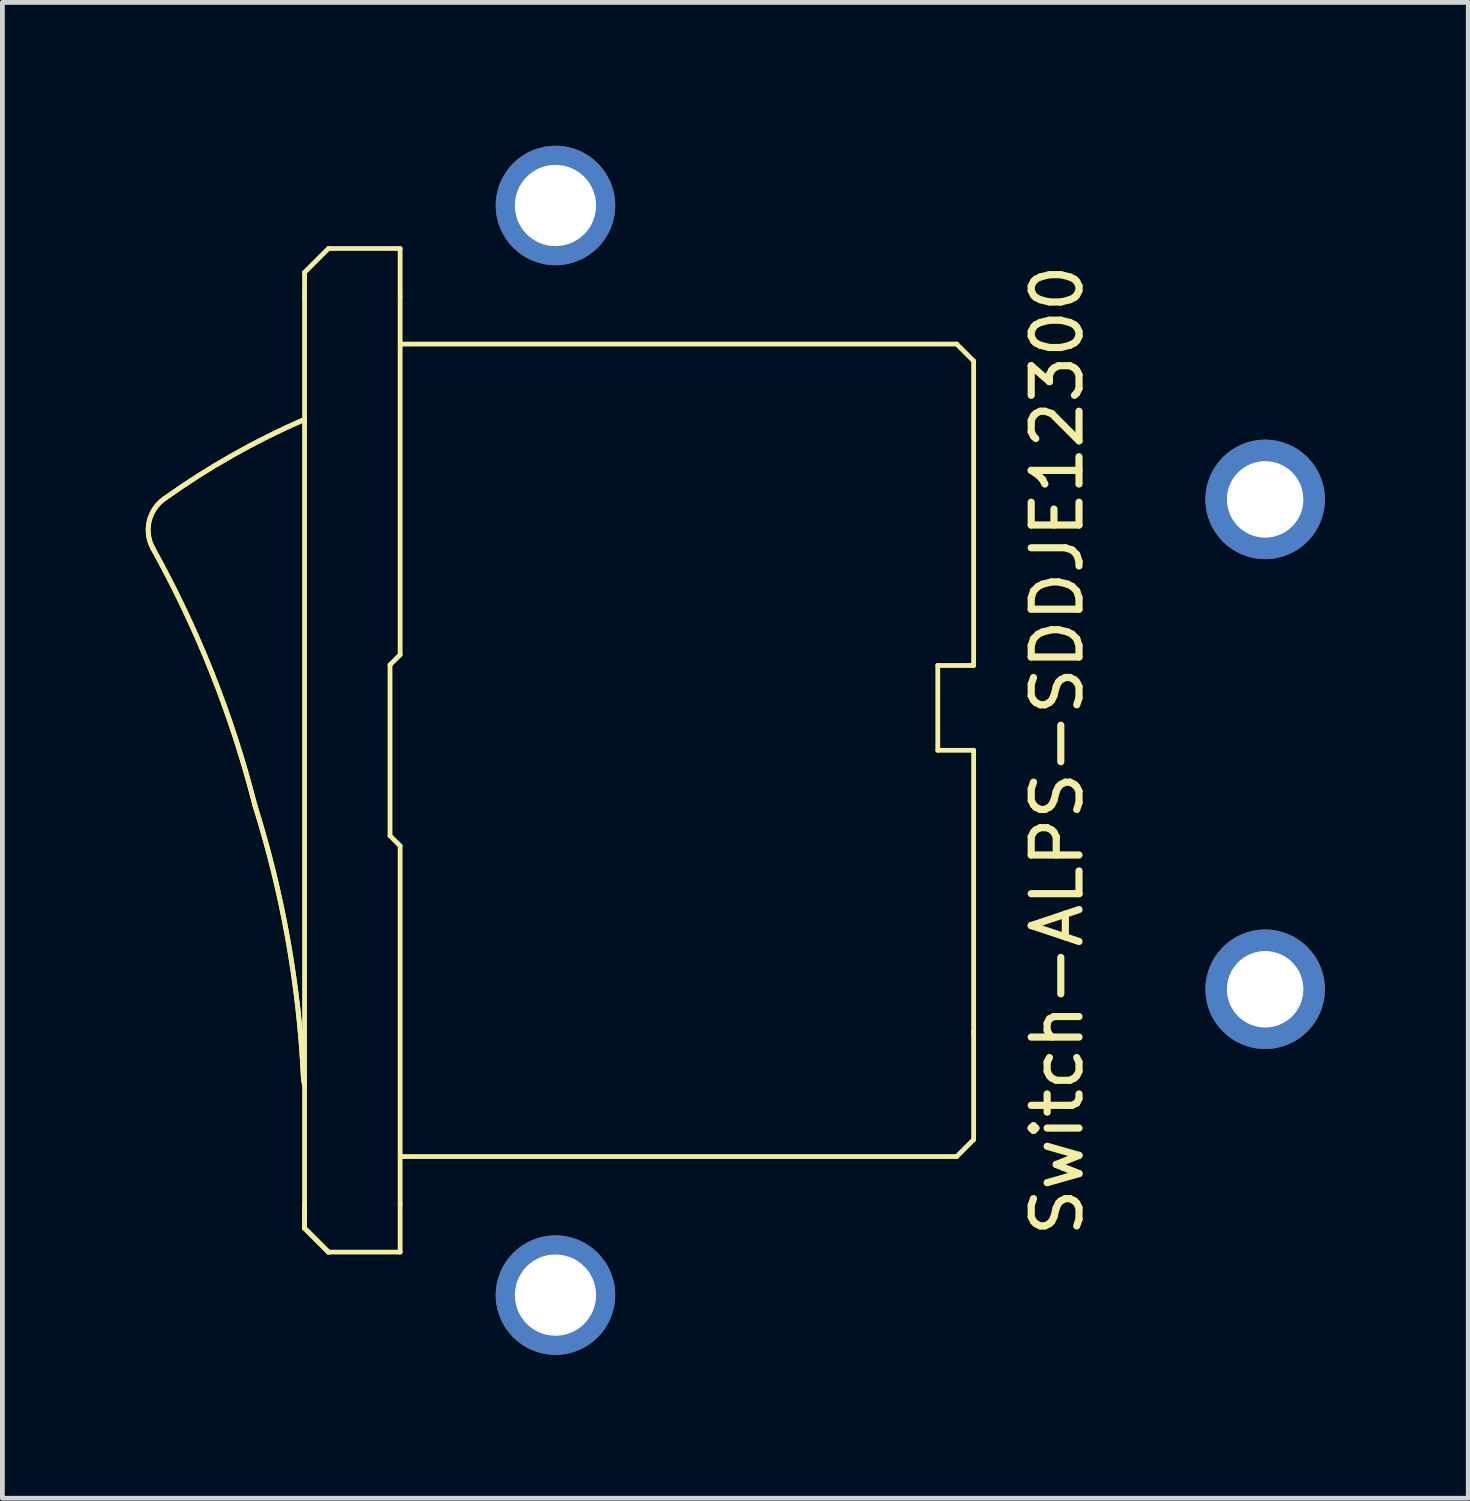
<source format=kicad_pcb>
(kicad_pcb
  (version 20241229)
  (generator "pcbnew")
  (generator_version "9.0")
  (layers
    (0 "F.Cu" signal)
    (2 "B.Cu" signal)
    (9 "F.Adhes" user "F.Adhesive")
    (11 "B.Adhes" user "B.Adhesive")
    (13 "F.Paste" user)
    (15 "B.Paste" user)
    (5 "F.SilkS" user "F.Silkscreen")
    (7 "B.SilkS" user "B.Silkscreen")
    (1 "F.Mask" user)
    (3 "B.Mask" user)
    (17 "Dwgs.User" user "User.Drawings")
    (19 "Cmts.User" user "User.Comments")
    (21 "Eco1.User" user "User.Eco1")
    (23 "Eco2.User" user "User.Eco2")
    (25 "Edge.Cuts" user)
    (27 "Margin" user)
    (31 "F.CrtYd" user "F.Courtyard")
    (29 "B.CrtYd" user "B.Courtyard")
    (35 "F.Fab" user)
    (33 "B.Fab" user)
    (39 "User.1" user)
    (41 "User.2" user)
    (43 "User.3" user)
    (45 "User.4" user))
  (footprint "Switch-ALPS-SDDJE12300"
    (layer "F.Cu")
    (at 16.573 12.65)
    (property "Reference" "Switch-ALPS-SDDJE12300" (at 2.5 0 90) (layer "F.SilkS") (effects (font (size 1 1) (thickness 0.15))))
    (attr through_hole)
    (fp_line (start -13.276 6.839) (end -13.25 6.838) (stroke (width 0.1) (type solid)) (layer "F.SilkS"))
    (fp_line (start -13.25 -10) (end -13.25 -9.5) (stroke (width 0.1) (type solid)) (layer "F.SilkS"))
    (fp_line (start -13.25 -9.5) (end -13.25 9.5) (stroke (width 0.1) (type solid)) (layer "F.SilkS"))
    (fp_line (start -13.25 9.5) (end -13.25 10) (stroke (width 0.1) (type solid)) (layer "F.SilkS"))
    (fp_line (start -13.25 10) (end -13.25 9.5) (stroke (width 0.1) (type solid)) (layer "F.SilkS"))
    (fp_line (start -12.75 -10.5) (end -13.25 -10) (stroke (width 0.1) (type solid)) (layer "F.SilkS"))
    (fp_line (start -12.75 10.5) (end -13.25 10) (stroke (width 0.1) (type solid)) (layer "F.SilkS"))
    (fp_line (start -12.75 10.5) (end -13.25 10) (stroke (width 0.1) (type solid)) (layer "F.SilkS"))
    (fp_line (start -11.462 -1.788) (end -11.25 -2) (stroke (width 0.1) (type solid)) (layer "F.SilkS"))
    (fp_line (start -11.462 1.788) (end -11.462 -1.788) (stroke (width 0.1) (type solid)) (layer "F.SilkS"))
    (fp_line (start -11.25 -10.5) (end -12.75 -10.5) (stroke (width 0.1) (type solid)) (layer "F.SilkS"))
    (fp_line (start -11.25 -10.5) (end -11.25 -9.5) (stroke (width 0.1) (type solid)) (layer "F.SilkS"))
    (fp_line (start -11.25 -9.5) (end -11.25 -2) (stroke (width 0.1) (type solid)) (layer "F.SilkS"))
    (fp_line (start -11.25 -8.5) (end 0.396 -8.5) (stroke (width 0.1) (type solid)) (layer "F.SilkS"))
    (fp_line (start -11.25 2) (end -11.462 1.788) (stroke (width 0.1) (type solid)) (layer "F.SilkS"))
    (fp_line (start -11.25 2) (end -11.25 9.5) (stroke (width 0.1) (type solid)) (layer "F.SilkS"))
    (fp_line (start -11.25 9.5) (end -11.25 10.5) (stroke (width 0.1) (type solid)) (layer "F.SilkS"))
    (fp_line (start -11.25 10.5) (end -12.75 10.5) (stroke (width 0.1) (type solid)) (layer "F.SilkS"))
    (fp_line (start 0 -1.775) (end 0 0) (stroke (width 0.1) (type solid)) (layer "F.SilkS"))
    (fp_line (start 0 -1.775) (end 0.75 -1.775) (stroke (width 0.1) (type solid)) (layer "F.SilkS"))
    (fp_line (start 0 0) (end 0.75 0) (stroke (width 0.1) (type solid)) (layer "F.SilkS"))
    (fp_line (start 0.396 8.5) (end -11.25 8.5) (stroke (width 0.1) (type solid)) (layer "F.SilkS"))
    (fp_line (start 0.396 8.5) (end 0.75 8.146) (stroke (width 0.1) (type solid)) (layer "F.SilkS"))
    (fp_line (start 0.75 -8.146) (end 0.396 -8.5) (stroke (width 0.1) (type solid)) (layer "F.SilkS"))
    (fp_line (start 0.75 -8.146) (end 0.75 -1.775) (stroke (width 0.1) (type solid)) (layer "F.SilkS"))
    (fp_line (start 0.75 0) (end 0.75 8.146) (stroke (width 0.1) (type solid)) (layer "F.SilkS"))
    (fp_line (start 0.75 5.925) (end 0.75 5.875) (stroke (width 0.1) (type solid)) (layer "F.SilkS"))
    (fp_arc (start -16.422076 -4.222378) (mid -16.503018 -4.786458) (end -16.187968 -5.261306) (stroke (width 0.1) (type solid)) (layer "F.SilkS"))
    (fp_arc (start -16.422076 -4.222378) (mid -16.503018 -4.786458) (end -16.187968 -5.261306) (stroke (width 0.1) (type solid)) (layer "F.SilkS"))
    (fp_arc (start -16.422076 -4.222378) (mid -15.182717 -1.605348) (end -14.289726 1.149179) (stroke (width 0.1) (type solid)) (layer "F.SilkS"))
    (fp_arc (start -16.422076 -4.222378) (mid -15.182717 -1.605348) (end -14.289726 1.149179) (stroke (width 0.1) (type solid)) (layer "F.SilkS"))
    (fp_arc (start -16.187968 -5.261306) (mid -14.762978 -6.170661) (end -13.25 -6.924598) (stroke (width 0.1) (type solid)) (layer "F.SilkS"))
    (fp_arc (start -16.187968 -5.261306) (mid -14.762978 -6.170661) (end -13.25 -6.924598) (stroke (width 0.1) (type solid)) (layer "F.SilkS"))
    (fp_arc (start -14.289726 1.149179) (mid -13.599178 3.961295) (end -13.275506 6.83881) (stroke (width 0.1) (type solid)) (layer "F.SilkS"))
    (fp_arc (start -14.289726 1.149179) (mid -13.599178 3.961295) (end -13.275506 6.83881) (stroke (width 0.1) (type solid)) (layer "F.SilkS"))
    (fp_arc (start -13.25 7.004599) (mid -13.26711 6.922375) (end -13.275506 6.83881) (stroke (width 0.1) (type solid)) (layer "F.SilkS"))
    (fp_arc (start -13.25 7.004599) (mid -13.26711 6.922375) (end -13.275506 6.83881) (stroke (width 0.1) (type solid)) (layer "F.SilkS"))
    (pad "" np_thru_hole circle (at -8 -11.4) (size 2.5 2.5) (drill 1.7) (layers "*.Cu" "*.Mask"))
    (pad "" np_thru_hole circle (at -8 11.4) (size 2.5 2.5) (drill 1.7) (layers "*.Cu" "*.Mask"))
    (pad "C" thru_hole circle (at 6.85 -5.25) (size 2.5 2.5) (drill 1.6) (layers "*.Cu" "*.Mask"))
    (pad "NO" thru_hole circle (at 6.85 5) (size 2.5 2.5) (drill 1.6) (layers "*.Cu" "*.Mask")))
  (gr_rect
    (start -3 -3)
    (end 27.673 28.3)
    (stroke (width 0.1) (type default))
    (fill no)
    (layer "Edge.Cuts")))
</source>
